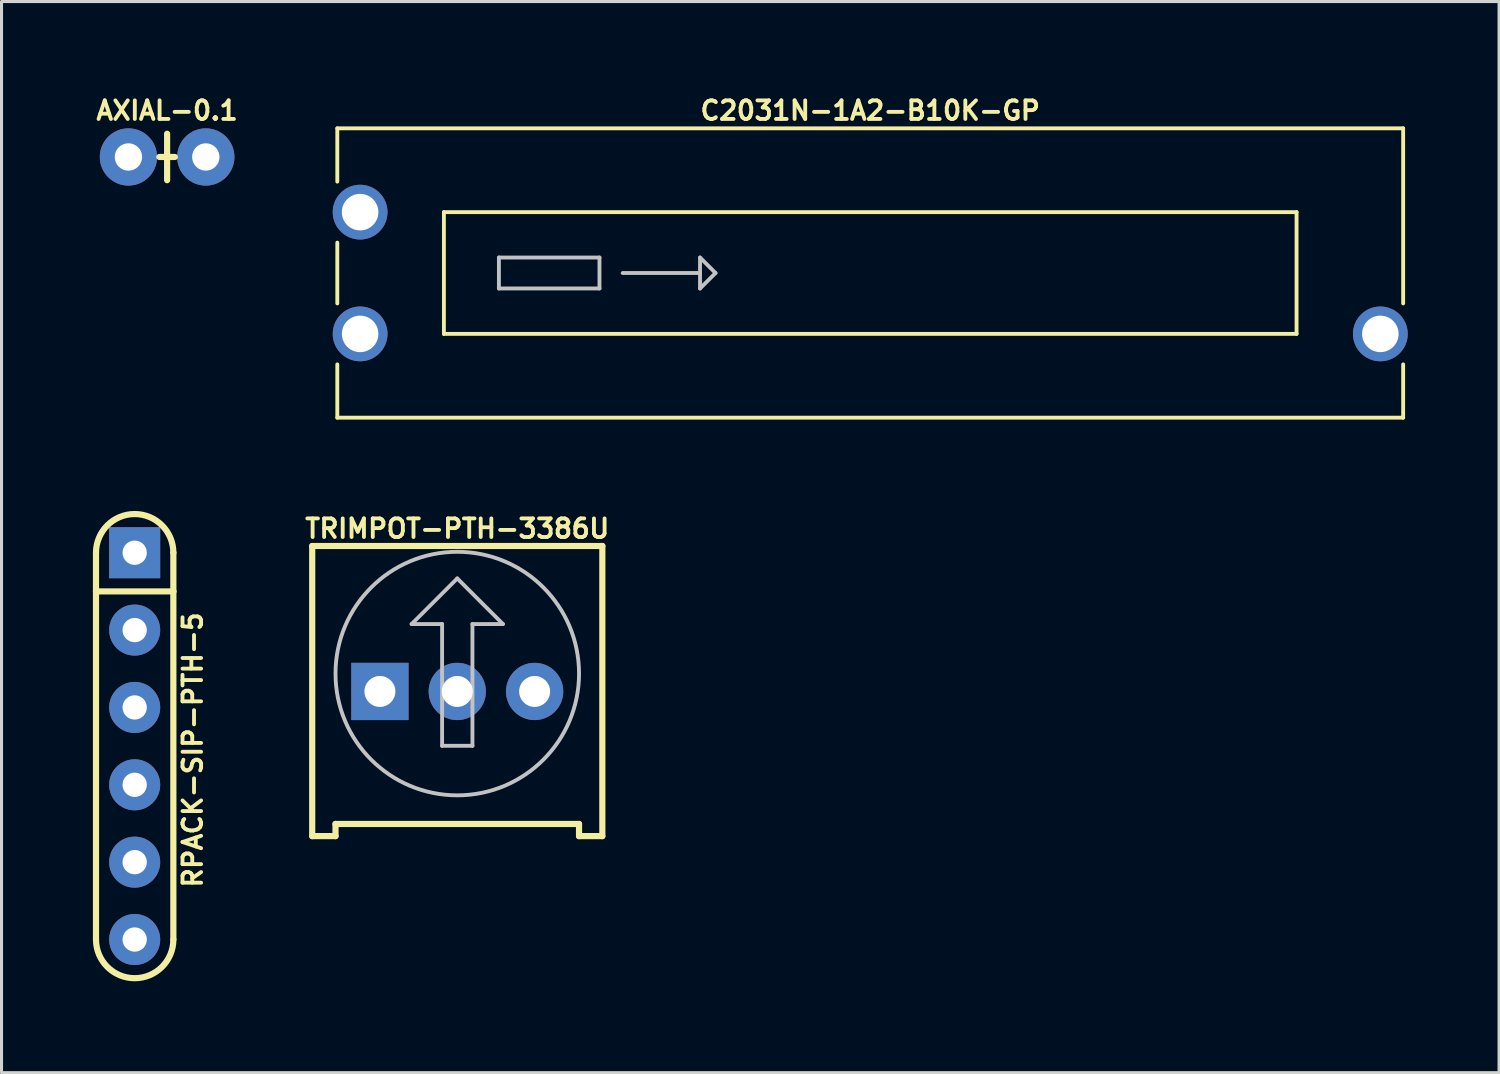
<source format=kicad_pcb>
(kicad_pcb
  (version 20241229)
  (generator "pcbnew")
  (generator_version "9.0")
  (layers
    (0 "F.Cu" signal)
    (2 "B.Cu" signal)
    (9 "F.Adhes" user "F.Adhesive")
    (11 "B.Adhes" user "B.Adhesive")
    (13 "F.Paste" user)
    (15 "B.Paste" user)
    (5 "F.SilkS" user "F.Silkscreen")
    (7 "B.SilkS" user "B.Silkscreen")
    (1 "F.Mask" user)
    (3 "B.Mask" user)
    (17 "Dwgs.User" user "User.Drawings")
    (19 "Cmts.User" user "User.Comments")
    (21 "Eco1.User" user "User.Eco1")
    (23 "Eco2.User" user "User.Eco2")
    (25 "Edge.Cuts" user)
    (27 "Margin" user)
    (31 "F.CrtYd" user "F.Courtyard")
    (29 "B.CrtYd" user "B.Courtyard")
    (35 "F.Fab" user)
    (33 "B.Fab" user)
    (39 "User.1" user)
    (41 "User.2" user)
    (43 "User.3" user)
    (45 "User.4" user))
  (footprint "TRIMPOT-PTH-3386U"
    (layer "F.Cu")
    (at 11.964 19.64)
    (property "Reference" "TRIMPOT-PTH-3386U" (at 0 -5.334 0) (layer "F.SilkS") (effects (font (size 0.61 0.61) (thickness 0.127))))
    (attr exclude_from_pos_files exclude_from_bom)
    (fp_line (start -4.763 -4.763) (end -4.763 4.763) (stroke (width 0.203) (type solid)) (layer "F.SilkS"))
    (fp_line (start -4.763 4.763) (end -3.998 4.763) (stroke (width 0.203) (type solid)) (layer "F.SilkS"))
    (fp_line (start -3.998 4.364) (end 3.998 4.364) (stroke (width 0.203) (type solid)) (layer "F.SilkS"))
    (fp_line (start -3.998 4.763) (end -3.998 4.364) (stroke (width 0.203) (type solid)) (layer "F.SilkS"))
    (fp_line (start 3.998 4.364) (end 3.998 4.763) (stroke (width 0.203) (type solid)) (layer "F.SilkS"))
    (fp_line (start 3.998 4.763) (end 4.763 4.763) (stroke (width 0.203) (type solid)) (layer "F.SilkS"))
    (fp_line (start 4.763 -4.763) (end -4.763 -4.763) (stroke (width 0.203) (type solid)) (layer "F.SilkS"))
    (fp_line (start 4.763 4.763) (end 4.763 -4.763) (stroke (width 0.203) (type solid)) (layer "F.SilkS"))
    (fp_line (start -1.499 -2.2) (end -0.498 -2.2) (stroke (width 0.127) (type solid)) (layer "Dwgs.User"))
    (fp_line (start -0.498 -2.2) (end -0.498 1.798) (stroke (width 0.127) (type solid)) (layer "Dwgs.User"))
    (fp_line (start -0.498 1.798) (end 0.498 1.798) (stroke (width 0.127) (type solid)) (layer "Dwgs.User"))
    (fp_line (start 0 -3.698) (end -1.499 -2.2) (stroke (width 0.127) (type solid)) (layer "Dwgs.User"))
    (fp_line (start 0.498 -2.2) (end 1.499 -2.2) (stroke (width 0.127) (type solid)) (layer "Dwgs.User"))
    (fp_line (start 0.498 1.798) (end 0.498 -2.2) (stroke (width 0.127) (type solid)) (layer "Dwgs.User"))
    (fp_line (start 1.499 -2.2) (end 0 -3.698) (stroke (width 0.127) (type solid)) (layer "Dwgs.User"))
    (fp_circle (center 0 -0.574) (end 0 -4.572) (stroke (width 0.127) (type solid)) (fill no) (layer "Dwgs.User"))
    (pad "1" thru_hole rect (at -2.54 0.013) (size 1.88 1.88) (drill 1.016) (layers "*.Cu" "*.Mask"))
    (pad "2" thru_hole circle (at 0 0.013) (size 1.88 1.88) (drill 1.016) (layers "*.Cu" "*.Mask"))
    (pad "3" thru_hole circle (at 2.54 0.013) (size 1.88 1.88) (drill 1.016) (layers "*.Cu" "*.Mask")))
  (footprint "RPACK-SIP-PTH-5"
    (layer "F.Cu")
    (at 1.372 15.098)
    (property "Reference" "RPACK-SIP-PTH-5" (at 1.905 6.477 270) (layer "F.SilkS") (effects (font (size 0.61 0.61) (thickness 0.127))))
    (attr exclude_from_pos_files exclude_from_bom)
    (fp_line (start -1.27 0) (end -1.27 1.27) (stroke (width 0.203) (type solid)) (layer "F.SilkS"))
    (fp_line (start -1.27 1.27) (end -1.27 12.7) (stroke (width 0.203) (type solid)) (layer "F.SilkS"))
    (fp_line (start -1.27 1.27) (end 1.27 1.27) (stroke (width 0.203) (type solid)) (layer "F.SilkS"))
    (fp_line (start 1.27 1.27) (end 1.27 0) (stroke (width 0.203) (type solid)) (layer "F.SilkS"))
    (fp_line (start 1.27 12.7) (end 1.27 1.27) (stroke (width 0.203) (type solid)) (layer "F.SilkS"))
    (fp_arc (start -1.27 0) (mid 0 -1.27) (end 1.27 0) (stroke (width 0.2032) (type solid)) (layer "F.SilkS"))
    (fp_arc (start 1.27 12.7) (mid 0 13.97) (end -1.27 12.7) (stroke (width 0.2032) (type solid)) (layer "F.SilkS"))
    (pad "P$1" thru_hole rect (at 0 0) (size 1.676 1.676) (drill 0.798) (layers "*.Cu" "*.Mask"))
    (pad "P$2" thru_hole circle (at 0 2.54) (size 1.676 1.676) (drill 0.798) (layers "*.Cu" "*.Mask"))
    (pad "P$3" thru_hole circle (at 0 5.08) (size 1.676 1.676) (drill 0.798) (layers "*.Cu" "*.Mask"))
    (pad "P$4" thru_hole circle (at 0 7.62) (size 1.676 1.676) (drill 0.798) (layers "*.Cu" "*.Mask"))
    (pad "P$5" thru_hole circle (at 0 10.16) (size 1.676 1.676) (drill 0.798) (layers "*.Cu" "*.Mask"))
    (pad "P$6" thru_hole circle (at 0 12.7) (size 1.676 1.676) (drill 0.798) (layers "*.Cu" "*.Mask")))
  (footprint "AXIAL-0.1"
    (layer "F.Cu")
    (at 2.437 2.104)
    (property "Reference" "AXIAL-0.1" (at 0 -1.524 0) (layer "F.SilkS") (effects (font (size 0.61 0.61) (thickness 0.127))))
    (attr exclude_from_pos_files exclude_from_bom)
    (fp_line (start 0 0) (end -0.254 0) (stroke (width 0.203) (type solid)) (layer "F.SilkS"))
    (fp_line (start 0 0) (end 0 -0.762) (stroke (width 0.203) (type solid)) (layer "F.SilkS"))
    (fp_line (start 0 0.762) (end 0 0) (stroke (width 0.203) (type solid)) (layer "F.SilkS"))
    (fp_line (start 0.254 0) (end 0 0) (stroke (width 0.203) (type solid)) (layer "F.SilkS"))
    (pad "P$1" thru_hole circle (at -1.27 0) (size 1.88 1.88) (drill 0.899) (layers "*.Cu" "*.Mask"))
    (pad "P$2" thru_hole circle (at 1.27 0) (size 1.88 1.88) (drill 0.899) (layers "*.Cu" "*.Mask")))
  (footprint "C2031N-1A2-B10K-GP"
    (layer "F.Cu")
    (at 25.523 5.914)
    (property "Reference" "C2031N-1A2-B10K-GP" (at 0 -5.334 0) (layer "F.SilkS") (effects (font (size 0.61 0.61) (thickness 0.127))))
    (attr exclude_from_pos_files exclude_from_bom)
    (fp_line (start -17.498 -4.75) (end -17.498 -3) (stroke (width 0.127) (type solid)) (layer "F.SilkS"))
    (fp_line (start -17.498 -0.998) (end -17.498 0.998) (stroke (width 0.127) (type solid)) (layer "F.SilkS"))
    (fp_line (start -17.498 4.75) (end -17.498 3) (stroke (width 0.127) (type solid)) (layer "F.SilkS"))
    (fp_line (start -17.498 4.75) (end 17.498 4.75) (stroke (width 0.127) (type solid)) (layer "F.SilkS"))
    (fp_line (start -13.998 -1.999) (end -13.998 1.999) (stroke (width 0.127) (type solid)) (layer "F.SilkS"))
    (fp_line (start -13.998 1.999) (end 13.998 1.999) (stroke (width 0.127) (type solid)) (layer "F.SilkS"))
    (fp_line (start 13.998 -1.999) (end -13.998 -1.999) (stroke (width 0.127) (type solid)) (layer "F.SilkS"))
    (fp_line (start 13.998 1.999) (end 13.998 -1.999) (stroke (width 0.127) (type solid)) (layer "F.SilkS"))
    (fp_line (start 17.498 -4.75) (end -17.498 -4.75) (stroke (width 0.127) (type solid)) (layer "F.SilkS"))
    (fp_line (start 17.498 0.998) (end 17.498 -4.75) (stroke (width 0.127) (type solid)) (layer "F.SilkS"))
    (fp_line (start 17.498 4.75) (end 17.498 3) (stroke (width 0.127) (type solid)) (layer "F.SilkS"))
    (fp_line (start -12.192 -0.508) (end -8.89 -0.508) (stroke (width 0.127) (type solid)) (layer "Dwgs.User"))
    (fp_line (start -12.192 0.508) (end -12.192 -0.508) (stroke (width 0.127) (type solid)) (layer "Dwgs.User"))
    (fp_line (start -8.89 -0.508) (end -8.89 0.508) (stroke (width 0.127) (type solid)) (layer "Dwgs.User"))
    (fp_line (start -8.89 0.508) (end -12.192 0.508) (stroke (width 0.127) (type solid)) (layer "Dwgs.User"))
    (fp_line (start -8.128 0) (end -5.588 0) (stroke (width 0.127) (type solid)) (layer "Dwgs.User"))
    (fp_line (start -5.588 -0.508) (end -5.588 0) (stroke (width 0.127) (type solid)) (layer "Dwgs.User"))
    (fp_line (start -5.588 0) (end -5.588 0.508) (stroke (width 0.127) (type solid)) (layer "Dwgs.User"))
    (fp_line (start -5.588 0.508) (end -5.08 0) (stroke (width 0.127) (type solid)) (layer "Dwgs.User"))
    (fp_line (start -5.08 0) (end -5.588 -0.508) (stroke (width 0.127) (type solid)) (layer "Dwgs.User"))
    (pad "1" thru_hole circle (at -16.749 -1.999) (size 1.798 1.798) (drill 1.199) (layers "*.Cu" "*.Mask"))
    (pad "2" thru_hole circle (at -16.749 1.999) (size 1.798 1.798) (drill 1.199) (layers "*.Cu" "*.Mask"))
    (pad "3" thru_hole circle (at 16.749 1.999) (size 1.798 1.798) (drill 1.199) (layers "*.Cu" "*.Mask")))
  (gr_rect
    (start -3 -3)
    (end 46.17 32.17)
    (stroke (width 0.1) (type default))
    (fill no)
    (layer "Edge.Cuts")))
</source>
